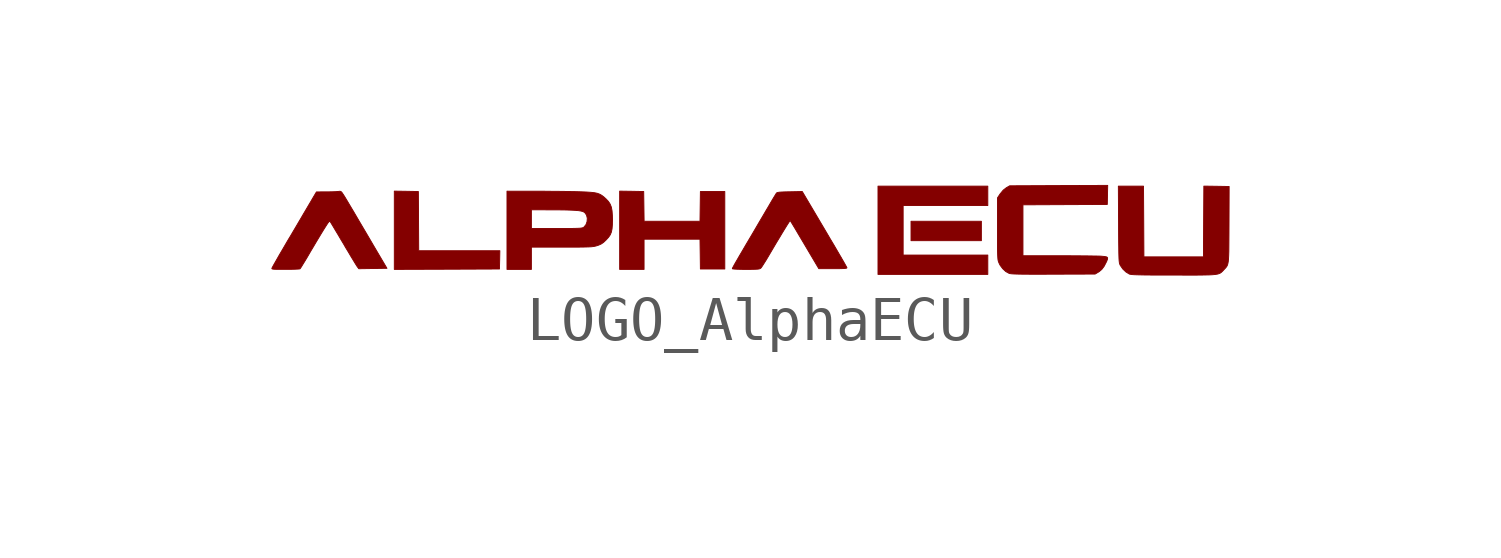
<source format=kicad_sym>
(kicad_symbol_lib
  (version 20211014)
  (generator kicad_symbol_editor)
  (symbol "LOGO_AlphaECU"
    (pin_names
      (offset 1.016))
    (property "Reference" "#G"
      (at 0 0.994 0)
      (effects (font (size 1.27 1.27)) hide))
    (symbol "LOGO_AlphaECU_0_0"
      (polyline (pts (xy 5.149 0.163) (xy 3.552 0.163) (xy 3.552 -0.277) (xy 5.149 -0.277) (xy 5.149 0.163)) (stroke (width 0.01) (type default) (color 0 0 0 0)) (fill (type outline)))
      (polyline (pts (xy 5.295 -0.603) (xy 3.373 -0.603) (xy 3.373 0.521) (xy 5.295 0.521) (xy 5.295 0.961) (xy 2.802 0.961) (xy 2.802 -1.043) (xy 5.295 -1.043) (xy 5.295 -0.603)) (stroke (width 0.01) (type default) (color 0 0 0 0)) (fill (type outline)))
      (polyline (pts (xy -6.985 -0.925) (xy -5.792 -0.92) (xy -5.787 -0.713) (xy -5.783 -0.505) (xy -7.625 -0.505) (xy -7.629 0.167) (xy -7.633 0.839) (xy -7.906 0.844) (xy -8.179 0.848) (xy -8.179 -0.929) (xy -6.985 -0.925)) (stroke (width 0.01) (type default) (color 0 0 0 0)) (fill (type outline)))
      (polyline (pts (xy -2.509 -0.244) (xy -1.239 -0.244) (xy -1.234 -0.583) (xy -1.23 -0.92) (xy -0.676 -0.92) (xy -0.676 0.839) (xy -1.23 0.839) (xy -1.239 0.163) (xy -2.508 0.163) (xy -2.517 0.839) (xy -2.79 0.844) (xy -3.063 0.848) (xy -3.063 -0.929) (xy -2.509 -0.929) (xy -2.509 -0.244)) (stroke (width 0.01) (type default) (color 0 0 0 0)) (fill (type outline)))
      (polyline (pts (xy 6.58 -1.039) (xy 6.786 -1.038) (xy 7.731 -1.035) (xy 7.807 -0.99) (xy 7.825 -0.979) (xy 7.885 -0.927) (xy 7.937 -0.857) (xy 7.987 -0.76) (xy 7.993 -0.748) (xy 8.012 -0.698) (xy 8.015 -0.666) (xy 7.997 -0.647) (xy 7.953 -0.637) (xy 7.881 -0.63) (xy 7.878 -0.629) (xy 7.831 -0.627) (xy 7.756 -0.625) (xy 7.656 -0.624) (xy 7.536 -0.622) (xy 7.398 -0.621) (xy 7.247 -0.62) (xy 7.087 -0.619) (xy 6.92 -0.619) (xy 6.093 -0.619) (xy 6.093 0.537) (xy 8.008 0.546) (xy 8.012 0.762) (xy 8.017 0.978) (xy 6.904 0.974) (xy 5.792 0.969) (xy 5.714 0.924) (xy 5.645 0.87) (xy 5.576 0.787) (xy 5.515 0.695) (xy 5.515 -0.223) (xy 5.515 -0.355) (xy 5.516 -0.461) (xy 5.517 -0.546) (xy 5.519 -0.611) (xy 5.522 -0.662) (xy 5.525 -0.7) (xy 5.53 -0.728) (xy 5.536 -0.751) (xy 5.544 -0.771) (xy 5.553 -0.792) (xy 5.573 -0.832) (xy 5.632 -0.912) (xy 5.703 -0.978) (xy 5.778 -1.019) (xy 5.785 -1.021) (xy 5.809 -1.026) (xy 5.842 -1.03) (xy 5.889 -1.033) (xy 5.951 -1.035) (xy 6.031 -1.037) (xy 6.131 -1.038) (xy 6.255 -1.039) (xy 6.403 -1.039) (xy 6.58 -1.039)) (stroke (width 0.01) (type default) (color 0 0 0 0)) (fill (type outline)))
      (polyline (pts (xy 10.118 -1.058) (xy 10.232 -1.056) (xy 10.325 -1.054) (xy 10.4 -1.05) (xy 10.459 -1.044) (xy 10.505 -1.037) (xy 10.541 -1.027) (xy 10.569 -1.015) (xy 10.592 -1) (xy 10.613 -0.981) (xy 10.634 -0.96) (xy 10.658 -0.934) (xy 10.672 -0.919) (xy 10.693 -0.897) (xy 10.711 -0.875) (xy 10.726 -0.852) (xy 10.738 -0.825) (xy 10.747 -0.79) (xy 10.755 -0.745) (xy 10.76 -0.686) (xy 10.764 -0.613) (xy 10.767 -0.52) (xy 10.768 -0.406) (xy 10.769 -0.269) (xy 10.77 -0.104) (xy 10.771 0.091) (xy 10.774 0.953) (xy 10.487 0.958) (xy 10.2 0.962) (xy 10.195 0.159) (xy 10.191 -0.644) (xy 8.839 -0.644) (xy 8.835 0.159) (xy 8.83 0.961) (xy 8.259 0.961) (xy 8.264 0.094) (xy 8.264 0.008) (xy 8.265 -0.169) (xy 8.266 -0.318) (xy 8.268 -0.44) (xy 8.269 -0.54) (xy 8.271 -0.619) (xy 8.273 -0.681) (xy 8.276 -0.728) (xy 8.28 -0.763) (xy 8.284 -0.789) (xy 8.29 -0.808) (xy 8.296 -0.824) (xy 8.304 -0.839) (xy 8.359 -0.919) (xy 8.43 -0.987) (xy 8.505 -1.033) (xy 8.506 -1.034) (xy 8.523 -1.039) (xy 8.547 -1.043) (xy 8.582 -1.047) (xy 8.628 -1.05) (xy 8.691 -1.052) (xy 8.77 -1.054) (xy 8.87 -1.056) (xy 8.992 -1.057) (xy 9.139 -1.058) (xy 9.315 -1.058) (xy 9.52 -1.058) (xy 9.627 -1.058) (xy 9.818 -1.059) (xy 9.981 -1.059) (xy 10.118 -1.058)) (stroke (width 0.01) (type default) (color 0 0 0 0)) (fill (type outline)))
      (polyline (pts (xy -5.067 -0.424) (xy -4.266 -0.424) (xy -4.116 -0.423) (xy -3.993 -0.423) (xy -3.893 -0.422) (xy -3.814 -0.42) (xy -3.751 -0.418) (xy -3.703 -0.415) (xy -3.664 -0.41) (xy -3.632 -0.405) (xy -3.603 -0.398) (xy -3.575 -0.39) (xy -3.537 -0.377) (xy -3.48 -0.351) (xy -3.429 -0.316) (xy -3.373 -0.263) (xy -3.366 -0.256) (xy -3.314 -0.199) (xy -3.276 -0.143) (xy -3.251 -0.082) (xy -3.236 -0.01) (xy -3.228 0.082) (xy -3.226 0.199) (xy -3.228 0.297) (xy -3.236 0.402) (xy -3.252 0.486) (xy -3.279 0.554) (xy -3.318 0.614) (xy -3.371 0.67) (xy -3.373 0.672) (xy -3.424 0.718) (xy -3.471 0.753) (xy -3.518 0.779) (xy -3.571 0.799) (xy -3.635 0.812) (xy -3.717 0.821) (xy -3.82 0.828) (xy -3.951 0.833) (xy -4.045 0.836) (xy -4.167 0.838) (xy -4.309 0.841) (xy -4.465 0.843) (xy -4.63 0.844) (xy -4.796 0.846) (xy -4.957 0.846) (xy -5.621 0.847) (xy -5.621 0.424) (xy -5.067 0.424) (xy -4.615 0.423) (xy -4.595 0.422) (xy -4.423 0.422) (xy -4.28 0.42) (xy -4.163 0.416) (xy -4.07 0.411) (xy -3.998 0.405) (xy -3.942 0.396) (xy -3.901 0.385) (xy -3.871 0.371) (xy -3.85 0.354) (xy -3.815 0.303) (xy -3.798 0.232) (xy -3.803 0.157) (xy -3.828 0.087) (xy -3.874 0.032) (xy -3.883 0.025) (xy -3.897 0.018) (xy -3.917 0.013) (xy -3.945 0.008) (xy -3.986 0.005) (xy -4.042 0.003) (xy -4.117 0.001) (xy -4.215 0.0004) (xy -4.338 0.0001) (xy -4.491 0) (xy -5.067 0) (xy -5.067 0.424) (xy -5.621 0.424) (xy -5.621 -0.929) (xy -5.067 -0.929) (xy -5.067 -0.424)) (stroke (width 0.01) (type default) (color 0 0 0 0)) (fill (type outline)))
      (polyline (pts (xy -0.14 -0.929) (xy -0.045 -0.928) (xy 0.025 -0.926) (xy 0.074 -0.923) (xy 0.106 -0.918) (xy 0.128 -0.91) (xy 0.142 -0.9) (xy 0.152 -0.889) (xy 0.178 -0.851) (xy 0.216 -0.791) (xy 0.264 -0.715) (xy 0.317 -0.626) (xy 0.374 -0.529) (xy 0.429 -0.436) (xy 0.498 -0.319) (xy 0.566 -0.207) (xy 0.628 -0.103) (xy 0.685 -0.01) (xy 0.733 0.068) (xy 0.771 0.127) (xy 0.796 0.166) (xy 0.807 0.179) (xy 0.809 0.177) (xy 0.824 0.155) (xy 0.851 0.111) (xy 0.887 0.051) (xy 0.93 -0.02) (xy 0.945 -0.046) (xy 0.994 -0.129) (xy 1.054 -0.23) (xy 1.12 -0.341) (xy 1.188 -0.456) (xy 1.253 -0.566) (xy 1.458 -0.912) (xy 1.782 -0.912) (xy 1.827 -0.912) (xy 1.928 -0.912) (xy 2.001 -0.91) (xy 2.051 -0.907) (xy 2.081 -0.903) (xy 2.095 -0.897) (xy 2.096 -0.889) (xy 2.095 -0.886) (xy 2.08 -0.858) (xy 2.053 -0.81) (xy 2.017 -0.746) (xy 1.975 -0.674) (xy 1.973 -0.669) (xy 1.946 -0.624) (xy 1.919 -0.578) (xy 1.89 -0.528) (xy 1.857 -0.471) (xy 1.819 -0.406) (xy 1.774 -0.33) (xy 1.72 -0.24) (xy 1.658 -0.134) (xy 1.585 -0.01) (xy 1.499 0.135) (xy 1.4 0.303) (xy 1.285 0.497) (xy 1.083 0.839) (xy 0.799 0.833) (xy 0.696 0.831) (xy 0.618 0.828) (xy 0.563 0.824) (xy 0.528 0.818) (xy 0.506 0.811) (xy 0.495 0.801) (xy 0.482 0.781) (xy 0.456 0.738) (xy 0.417 0.674) (xy 0.369 0.593) (xy 0.315 0.5) (xy 0.255 0.399) (xy 0.216 0.332) (xy 0.146 0.213) (xy 0.076 0.094) (xy 0.01 -0.019) (xy -0.048 -0.118) (xy -0.094 -0.196) (xy -0.102 -0.209) (xy -0.196 -0.368) (xy -0.274 -0.502) (xy -0.339 -0.612) (xy -0.39 -0.701) (xy -0.431 -0.771) (xy -0.461 -0.824) (xy -0.482 -0.863) (xy -0.496 -0.889) (xy -0.503 -0.904) (xy -0.505 -0.912) (xy -0.501 -0.916) (xy -0.468 -0.921) (xy -0.406 -0.925) (xy -0.315 -0.928) (xy -0.197 -0.929) (xy -0.14 -0.929)) (stroke (width 0.01) (type default) (color 0 0 0 0)) (fill (type outline)))
      (polyline (pts (xy -10.547 -0.928) (xy -10.46 -0.926) (xy -10.39 -0.923) (xy -10.341 -0.92) (xy -10.32 -0.916) (xy -10.313 -0.907) (xy -10.29 -0.873) (xy -10.256 -0.817) (xy -10.211 -0.744) (xy -10.159 -0.658) (xy -10.103 -0.562) (xy -10.082 -0.525) (xy -10.015 -0.413) (xy -9.947 -0.298) (xy -9.882 -0.19) (xy -9.824 -0.094) (xy -9.778 -0.019) (xy -9.757 0.014) (xy -9.714 0.082) (xy -9.684 0.127) (xy -9.664 0.152) (xy -9.65 0.162) (xy -9.639 0.158) (xy -9.629 0.145) (xy -9.621 0.134) (xy -9.598 0.095) (xy -9.561 0.034) (xy -9.514 -0.046) (xy -9.457 -0.14) (xy -9.395 -0.246) (xy -9.327 -0.359) (xy -9.284 -0.434) (xy -9.218 -0.543) (xy -9.159 -0.643) (xy -9.106 -0.73) (xy -9.064 -0.799) (xy -9.034 -0.847) (xy -9.018 -0.871) (xy -8.985 -0.914) (xy -8.666 -0.909) (xy -8.346 -0.904) (xy -8.591 -0.489) (xy -8.641 -0.404) (xy -8.724 -0.262) (xy -8.812 -0.112) (xy -8.9 0.037) (xy -8.982 0.176) (xy -9.052 0.296) (xy -9.1 0.378) (xy -9.161 0.48) (xy -9.217 0.574) (xy -9.265 0.655) (xy -9.303 0.718) (xy -9.328 0.758) (xy -9.342 0.779) (xy -9.37 0.82) (xy -9.392 0.84) (xy -9.415 0.845) (xy -9.447 0.841) (xy -9.451 0.841) (xy -9.493 0.837) (xy -9.559 0.834) (xy -9.639 0.832) (xy -9.727 0.831) (xy -9.947 0.83) (xy -10.036 0.68) (xy -10.068 0.624) (xy -10.107 0.559) (xy -10.147 0.491) (xy -10.191 0.416) (xy -10.242 0.33) (xy -10.303 0.225) (xy -10.378 0.098) (xy -10.385 0.086) (xy -10.435 0.001) (xy -10.486 -0.085) (xy -10.531 -0.162) (xy -10.566 -0.22) (xy -10.572 -0.229) (xy -10.622 -0.314) (xy -10.676 -0.407) (xy -10.732 -0.503) (xy -10.788 -0.598) (xy -10.839 -0.688) (xy -10.884 -0.767) (xy -10.921 -0.832) (xy -10.946 -0.878) (xy -10.957 -0.9) (xy -10.958 -0.901) (xy -10.959 -0.911) (xy -10.952 -0.918) (xy -10.933 -0.923) (xy -10.898 -0.926) (xy -10.842 -0.928) (xy -10.762 -0.928) (xy -10.653 -0.928) (xy -10.645 -0.928) (xy -10.547 -0.928)) (stroke (width 0.01) (type default) (color 0 0 0 0)) (fill (type outline))))))
</source>
